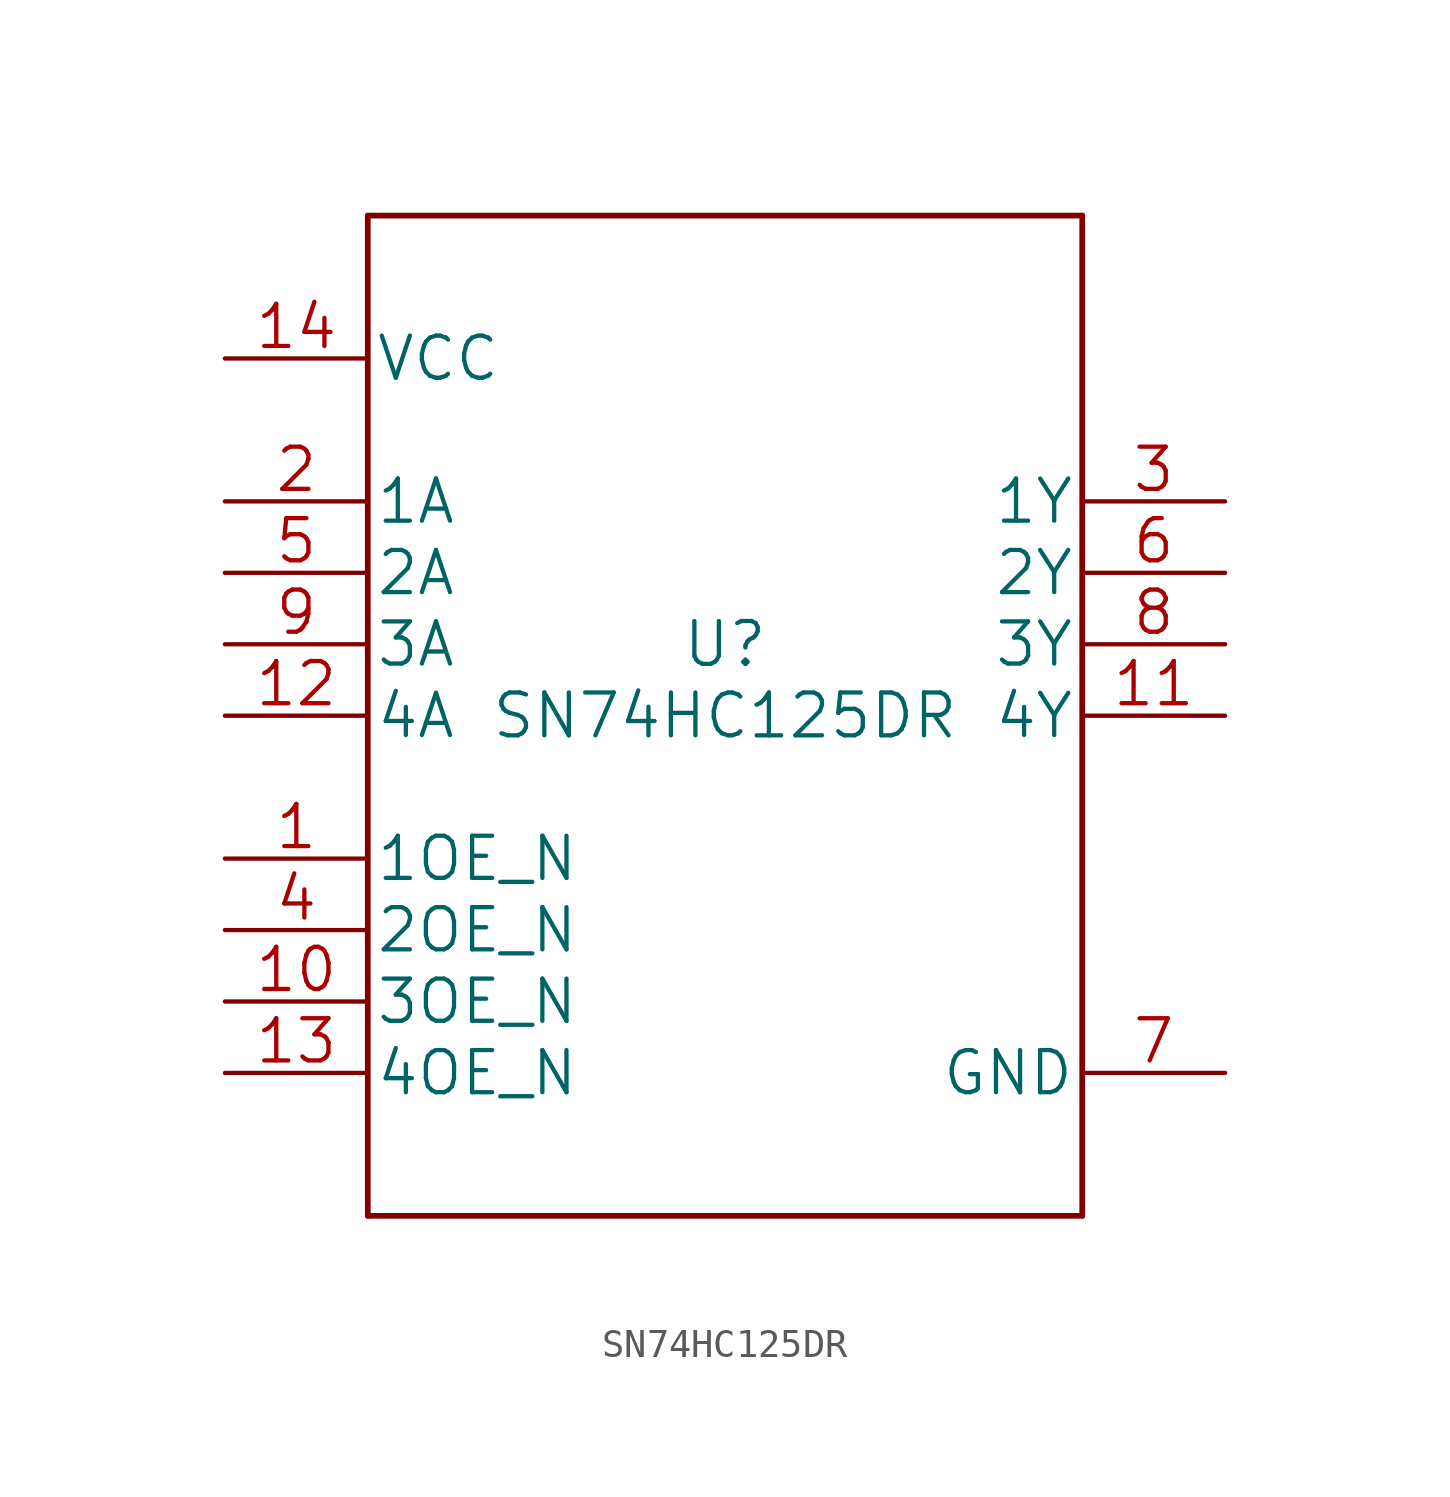
<source format=kicad_sym>
(kicad_symbol_lib
  (version 20211014)
  (generator kicad_symbol_editor)
  (symbol "SN74HC125DR"
    (pin_names
      (offset 0.254))
    (property "Reference" "U"
      (at 0 2.54 0)
      (effects (font (size 1.524 1.524))))
    (property "Value" "SN74HC125DR"
      (at 0 0 0)
      (effects (font (size 1.524 1.524))))
    (property "Datasheet" ""
      (at 0 0 0)
      (effects (font (size 1.524 1.524))))
    (property "ki_locked" ""
      (at 0 0 0)
      (effects (font (size 1.27 1.27))))
    (symbol "SN74HC125DR_1_1"
      (polyline (pts (xy -12.7 -17.78) (xy 12.7 -17.78)) (stroke (width 0.203) (type default) (color 0 0 0 0)) (fill (type none)))
      (polyline (pts (xy -12.7 17.78) (xy -12.7 -17.78)) (stroke (width 0.203) (type default) (color 0 0 0 0)) (fill (type none)))
      (polyline (pts (xy 12.7 -17.78) (xy 12.7 17.78)) (stroke (width 0.203) (type default) (color 0 0 0 0)) (fill (type none)))
      (polyline (pts (xy 12.7 17.78) (xy -12.7 17.78)) (stroke (width 0.203) (type default) (color 0 0 0 0)) (fill (type none)))
      (pin input line (at -17.78 -5.08 0) (length 5.08) (name "1OE_N" (effects (font (size 1.499 1.499)))) (number "1" (effects (font (size 1.499 1.499)))))
      (pin input line (at -17.78 -10.16 0) (length 5.08) (name "3OE_N" (effects (font (size 1.499 1.499)))) (number "10" (effects (font (size 1.499 1.499)))))
      (pin tri_state line (at 17.78 0 180) (length 5.08) (name "4Y" (effects (font (size 1.499 1.499)))) (number "11" (effects (font (size 1.499 1.499)))))
      (pin input line (at -17.78 0 0) (length 5.08) (name "4A" (effects (font (size 1.499 1.499)))) (number "12" (effects (font (size 1.499 1.499)))))
      (pin input line (at -17.78 -12.7 0) (length 5.08) (name "4OE_N" (effects (font (size 1.499 1.499)))) (number "13" (effects (font (size 1.499 1.499)))))
      (pin power_in line (at -17.78 12.7 0) (length 5.08) (name "VCC" (effects (font (size 1.499 1.499)))) (number "14" (effects (font (size 1.499 1.499)))))
      (pin input line (at -17.78 7.62 0) (length 5.08) (name "1A" (effects (font (size 1.499 1.499)))) (number "2" (effects (font (size 1.499 1.499)))))
      (pin tri_state line (at 17.78 7.62 180) (length 5.08) (name "1Y" (effects (font (size 1.499 1.499)))) (number "3" (effects (font (size 1.499 1.499)))))
      (pin input line (at -17.78 -7.62 0) (length 5.08) (name "2OE_N" (effects (font (size 1.499 1.499)))) (number "4" (effects (font (size 1.499 1.499)))))
      (pin input line (at -17.78 5.08 0) (length 5.08) (name "2A" (effects (font (size 1.499 1.499)))) (number "5" (effects (font (size 1.499 1.499)))))
      (pin tri_state line (at 17.78 5.08 180) (length 5.08) (name "2Y" (effects (font (size 1.499 1.499)))) (number "6" (effects (font (size 1.499 1.499)))))
      (pin power_in line (at 17.78 -12.7 180) (length 5.08) (name "GND" (effects (font (size 1.499 1.499)))) (number "7" (effects (font (size 1.499 1.499)))))
      (pin tri_state line (at 17.78 2.54 180) (length 5.08) (name "3Y" (effects (font (size 1.499 1.499)))) (number "8" (effects (font (size 1.499 1.499)))))
      (pin input line (at -17.78 2.54 0) (length 5.08) (name "3A" (effects (font (size 1.499 1.499)))) (number "9" (effects (font (size 1.499 1.499))))))))
</source>
